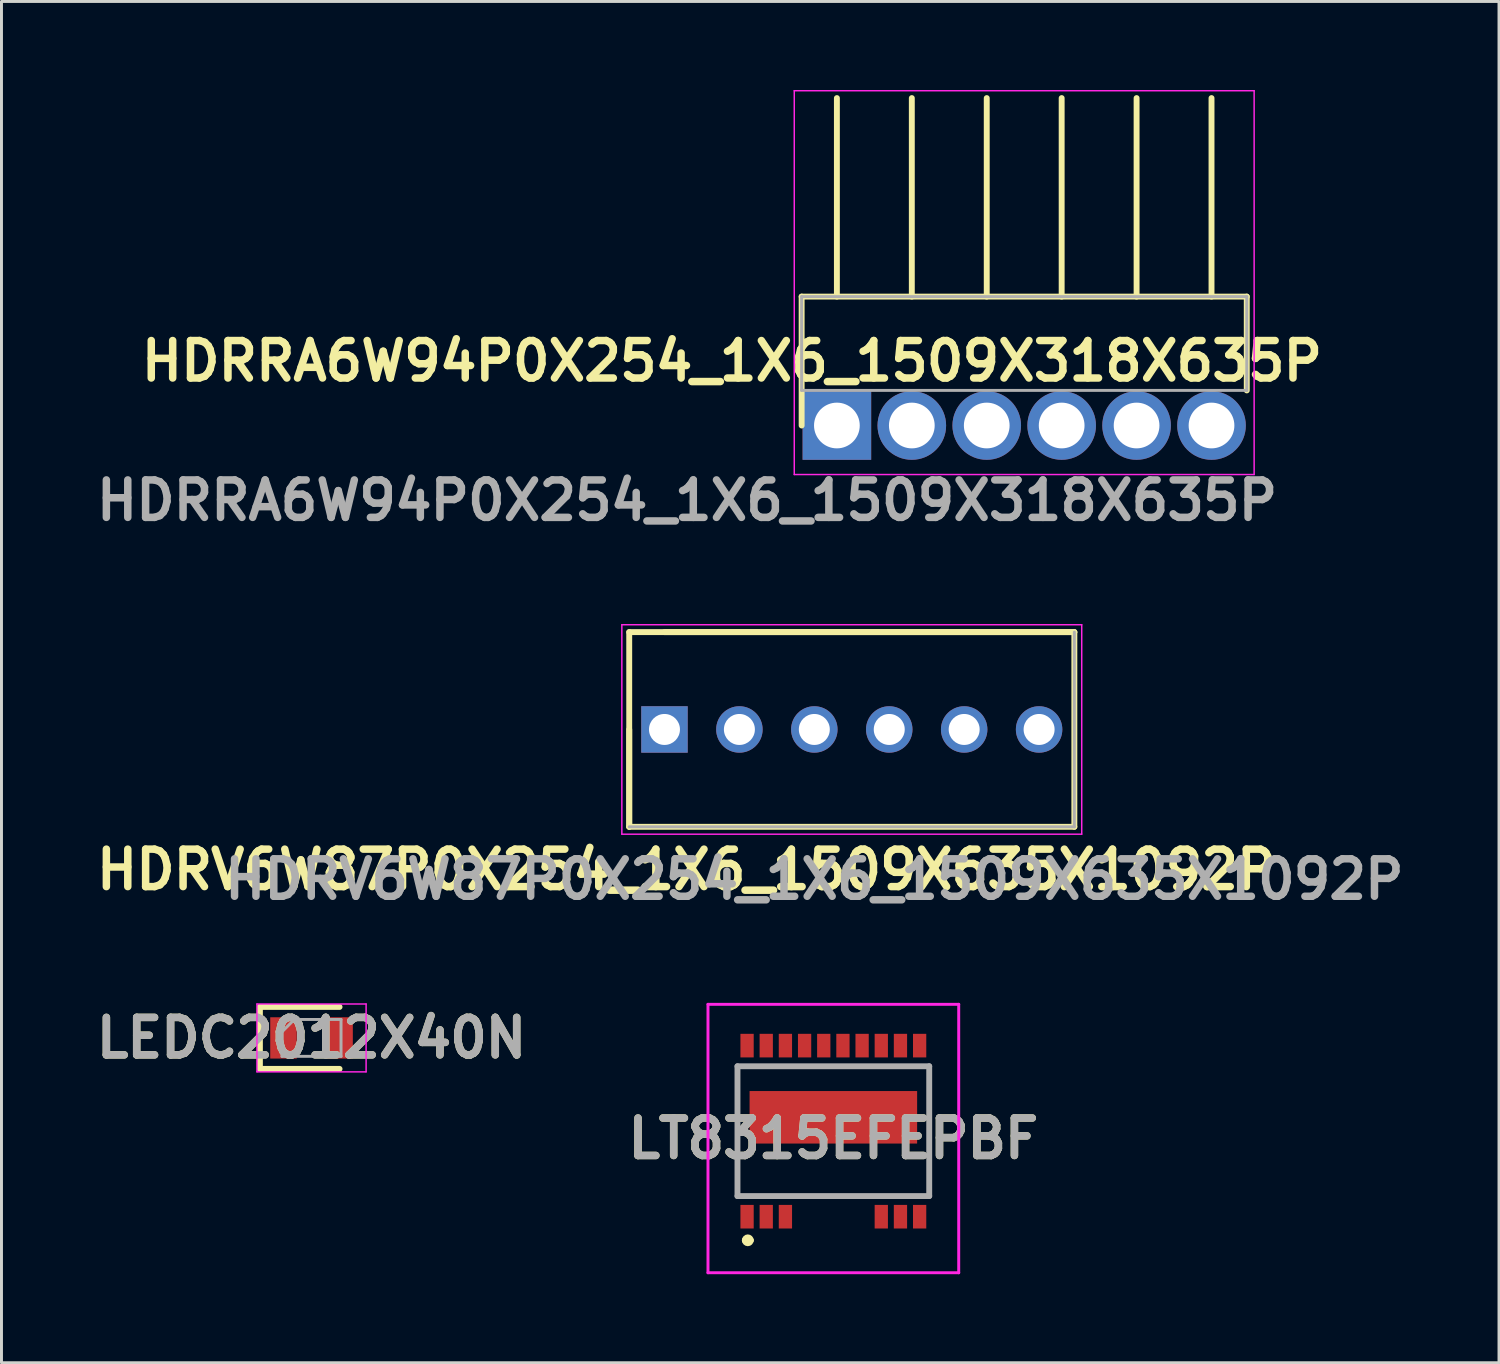
<source format=kicad_pcb>
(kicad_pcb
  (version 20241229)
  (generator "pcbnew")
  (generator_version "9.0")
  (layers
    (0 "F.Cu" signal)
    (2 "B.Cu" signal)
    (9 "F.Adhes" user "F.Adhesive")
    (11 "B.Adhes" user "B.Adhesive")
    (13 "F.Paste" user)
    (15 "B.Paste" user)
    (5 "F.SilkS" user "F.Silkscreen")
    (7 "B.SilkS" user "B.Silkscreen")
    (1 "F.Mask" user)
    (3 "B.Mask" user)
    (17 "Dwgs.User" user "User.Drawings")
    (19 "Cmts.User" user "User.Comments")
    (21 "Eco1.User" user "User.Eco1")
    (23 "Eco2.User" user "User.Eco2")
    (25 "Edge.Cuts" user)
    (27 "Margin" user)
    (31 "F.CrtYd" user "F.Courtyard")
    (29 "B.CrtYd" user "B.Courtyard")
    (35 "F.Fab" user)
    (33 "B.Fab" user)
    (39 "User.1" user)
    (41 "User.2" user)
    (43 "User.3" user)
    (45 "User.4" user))
  (footprint "HDRV6W87P0X254_1X6_1509X635X1092P"
    (layer "F.Cu")
    (at 19.476 21.679)
    (property "Reference" "HDRV6W87P0X254_1X6_1509X635X1092P" (at 0.735 4.753 0) (layer "F.SilkS") (effects (font (size 1.27 1.27) (thickness 0.254))))
    (attr through_hole)
    (fp_line (start -1.195 -3.3) (end 13.895 -3.3) (stroke (width 0.2) (type solid)) (layer "F.SilkS"))
    (fp_line (start -1.195 0) (end -1.195 3.3) (stroke (width 0.2) (type solid)) (layer "F.SilkS"))
    (fp_line (start -1.195 3.3) (end -1.195 -3.3) (stroke (width 0.2) (type solid)) (layer "F.SilkS"))
    (fp_line (start -1.195 3.3) (end 13.895 3.3) (stroke (width 0.2) (type solid)) (layer "F.SilkS"))
    (fp_line (start 13.895 -3.3) (end 0 -3.3) (stroke (width 0.2) (type solid)) (layer "F.SilkS"))
    (fp_line (start 13.895 3.3) (end 13.895 -3.3) (stroke (width 0.2) (type solid)) (layer "F.SilkS"))
    (fp_line (start -1.445 -3.55) (end 14.145 -3.55) (stroke (width 0.05) (type solid)) (layer "F.CrtYd"))
    (fp_line (start -1.445 3.55) (end -1.445 -3.55) (stroke (width 0.05) (type solid)) (layer "F.CrtYd"))
    (fp_line (start 14.145 -3.55) (end 14.145 3.55) (stroke (width 0.05) (type solid)) (layer "F.CrtYd"))
    (fp_line (start 14.145 3.55) (end -1.445 3.55) (stroke (width 0.05) (type solid)) (layer "F.CrtYd"))
    (fp_line (start 13.895 -3.3) (end 13.895 3.3) (stroke (width 0.1) (type solid)) (layer "F.Fab"))
    (fp_line (start 13.895 3.3) (end -1.195 3.3) (stroke (width 0.1) (type solid)) (layer "F.Fab"))
    (fp_text user "${REFERENCE}" (at 5.08 5.08 0) (layer "F.Fab") (effects (font (size 1.27 1.27) (thickness 0.254))))
    (pad "1" thru_hole rect (at 0 0) (size 1.575 1.575) (drill 1.05) (layers "*.Cu" "*.Mask"))
    (pad "2" thru_hole circle (at 2.54 0) (size 1.575 1.575) (drill 1.05) (layers "*.Cu" "*.Mask"))
    (pad "3" thru_hole circle (at 5.08 0) (size 1.575 1.575) (drill 1.05) (layers "*.Cu" "*.Mask"))
    (pad "4" thru_hole circle (at 7.62 0) (size 1.575 1.575) (drill 1.05) (layers "*.Cu" "*.Mask"))
    (pad "5" thru_hole circle (at 10.16 0) (size 1.575 1.575) (drill 1.05) (layers "*.Cu" "*.Mask"))
    (pad "6" thru_hole circle (at 12.7 0) (size 1.575 1.575) (drill 1.05) (layers "*.Cu" "*.Mask")))
  (footprint "LT8315EFEPBF"
    (layer "F.Cu")
    (at 25.201 35.747)
    (property "Reference" "LT8315EFEPBF" (at 0 -0.2 0) (layer "F.SilkS") (effects (font (size 1.27 1.27) (thickness 0.254))))
    (attr smd)
    (fp_line (start -3.25 -2.65) (end 3.25 -2.65) (stroke (width 0.1) (type solid)) (layer "F.SilkS"))
    (fp_line (start -3.25 1.75) (end -3.25 -2.65) (stroke (width 0.1) (type solid)) (layer "F.SilkS"))
    (fp_line (start -3 3.25) (end -3 3.25) (stroke (width 0.2) (type solid)) (layer "F.SilkS"))
    (fp_line (start -2.8 3.25) (end -2.8 3.25) (stroke (width 0.2) (type solid)) (layer "F.SilkS"))
    (fp_line (start 3.25 -2.65) (end 3.25 1.75) (stroke (width 0.1) (type solid)) (layer "F.SilkS"))
    (fp_line (start 3.25 1.75) (end -3.25 1.75) (stroke (width 0.1) (type solid)) (layer "F.SilkS"))
    (fp_arc (start -3 3.25) (mid -2.9 3.15) (end -2.8 3.25) (stroke (width 0.2) (type solid)) (layer "F.SilkS"))
    (fp_arc (start -2.8 3.25) (mid -2.9 3.35) (end -3 3.25) (stroke (width 0.2) (type solid)) (layer "F.SilkS"))
    (fp_line (start -4.25 -4.75) (end 4.25 -4.75) (stroke (width 0.1) (type solid)) (layer "F.CrtYd"))
    (fp_line (start -4.25 4.35) (end -4.25 -4.75) (stroke (width 0.1) (type solid)) (layer "F.CrtYd"))
    (fp_line (start 4.25 -4.75) (end 4.25 4.35) (stroke (width 0.1) (type solid)) (layer "F.CrtYd"))
    (fp_line (start 4.25 4.35) (end -4.25 4.35) (stroke (width 0.1) (type solid)) (layer "F.CrtYd"))
    (fp_line (start -3.25 -2.65) (end 3.25 -2.65) (stroke (width 0.2) (type solid)) (layer "F.Fab"))
    (fp_line (start -3.25 1.75) (end -3.25 -2.65) (stroke (width 0.2) (type solid)) (layer "F.Fab"))
    (fp_line (start 3.25 -2.65) (end 3.25 1.75) (stroke (width 0.2) (type solid)) (layer "F.Fab"))
    (fp_line (start 3.25 1.75) (end -3.25 1.75) (stroke (width 0.2) (type solid)) (layer "F.Fab"))
    (fp_text user "${REFERENCE}" (at 0 -0.2 0) (layer "F.Fab") (effects (font (size 1.27 1.27) (thickness 0.254))))
    (pad "1" smd rect (at -2.925 2.45) (size 0.45 0.8) (layers "F.Cu" "F.Mask" "F.Paste"))
    (pad "2" smd rect (at -2.275 2.45) (size 0.45 0.8) (layers "F.Cu" "F.Mask" "F.Paste"))
    (pad "3" smd rect (at -1.625 2.45) (size 0.45 0.8) (layers "F.Cu" "F.Mask" "F.Paste"))
    (pad "8" smd rect (at 1.625 2.45) (size 0.45 0.8) (layers "F.Cu" "F.Mask" "F.Paste"))
    (pad "9" smd rect (at 2.275 2.45) (size 0.45 0.8) (layers "F.Cu" "F.Mask" "F.Paste"))
    (pad "10" smd rect (at 2.925 2.45) (size 0.45 0.8) (layers "F.Cu" "F.Mask" "F.Paste"))
    (pad "11" smd rect (at 2.925 -3.35) (size 0.45 0.8) (layers "F.Cu" "F.Mask" "F.Paste"))
    (pad "12" smd rect (at 2.275 -3.35) (size 0.45 0.8) (layers "F.Cu" "F.Mask" "F.Paste"))
    (pad "13" smd rect (at 1.625 -3.35) (size 0.45 0.8) (layers "F.Cu" "F.Mask" "F.Paste"))
    (pad "14" smd rect (at 0.975 -3.35) (size 0.45 0.8) (layers "F.Cu" "F.Mask" "F.Paste"))
    (pad "15" smd rect (at 0.325 -3.35) (size 0.45 0.8) (layers "F.Cu" "F.Mask" "F.Paste"))
    (pad "16" smd rect (at -0.325 -3.35) (size 0.45 0.8) (layers "F.Cu" "F.Mask" "F.Paste"))
    (pad "17" smd rect (at -0.975 -3.35) (size 0.45 0.8) (layers "F.Cu" "F.Mask" "F.Paste"))
    (pad "18" smd rect (at -1.625 -3.35) (size 0.45 0.8) (layers "F.Cu" "F.Mask" "F.Paste"))
    (pad "19" smd rect (at -2.275 -3.35) (size 0.45 0.8) (layers "F.Cu" "F.Mask" "F.Paste"))
    (pad "20" smd rect (at -2.925 -3.35) (size 0.45 0.8) (layers "F.Cu" "F.Mask" "F.Paste"))
    (pad "21" smd rect (at 0 -0.92 90) (size 1.78 5.68) (layers "F.Cu" "F.Mask" "F.Paste")))
  (footprint "LEDC2012X40N"
    (layer "F.Cu")
    (at 7.511 32.136)
    (property "Reference" "LEDC2012X40N" (at 0 0 0) (layer "F.SilkS") (effects (font (size 1.27 1.27) (thickness 0.254))))
    (attr smd)
    (fp_line (start -1.75 -1.05) (end -1.75 1.05) (stroke (width 0.2) (type solid)) (layer "F.SilkS"))
    (fp_line (start -1.75 1.05) (end 0.95 1.05) (stroke (width 0.2) (type solid)) (layer "F.SilkS"))
    (fp_line (start 0.95 -1.05) (end -1.75 -1.05) (stroke (width 0.2) (type solid)) (layer "F.SilkS"))
    (fp_line (start -1.85 -1.15) (end 1.85 -1.15) (stroke (width 0.05) (type solid)) (layer "F.CrtYd"))
    (fp_line (start -1.85 1.15) (end -1.85 -1.15) (stroke (width 0.05) (type solid)) (layer "F.CrtYd"))
    (fp_line (start 1.85 -1.15) (end 1.85 1.15) (stroke (width 0.05) (type solid)) (layer "F.CrtYd"))
    (fp_line (start 1.85 1.15) (end -1.85 1.15) (stroke (width 0.05) (type solid)) (layer "F.CrtYd"))
    (fp_line (start -1 -0.625) (end 1 -0.625) (stroke (width 0.1) (type solid)) (layer "F.Fab"))
    (fp_line (start -1 -0.208) (end -0.583 -0.625) (stroke (width 0.1) (type solid)) (layer "F.Fab"))
    (fp_line (start -1 0.625) (end -1 -0.625) (stroke (width 0.1) (type solid)) (layer "F.Fab"))
    (fp_line (start 1 -0.625) (end 1 0.625) (stroke (width 0.1) (type solid)) (layer "F.Fab"))
    (fp_line (start 1 0.625) (end -1 0.625) (stroke (width 0.1) (type solid)) (layer "F.Fab"))
    (fp_text user "${REFERENCE}" (at 0 0 0) (layer "F.Fab") (effects (font (size 1.27 1.27) (thickness 0.254))))
    (pad "1" smd rect (at -0.95 0) (size 0.9 1.4) (layers "F.Cu" "F.Mask" "F.Paste"))
    (pad "2" smd rect (at 0.95 0) (size 0.9 1.4) (layers "F.Cu" "F.Mask" "F.Paste")))
  (footprint "HDRRA6W94P0X254_1X6_1509X318X635P"
    (layer "F.Cu")
    (at 25.321 11.375)
    (property "Reference" "HDRRA6W94P0X254_1X6_1509X318X635P" (at -3.558 -2.185 0) (layer "F.SilkS") (effects (font (size 1.27 1.27) (thickness 0.254))))
    (attr through_hole)
    (fp_line (start -1.195 -4.37) (end 13.895 -4.37) (stroke (width 0.2) (type solid)) (layer "F.SilkS"))
    (fp_line (start -1.195 0) (end -1.195 -4.37) (stroke (width 0.2) (type solid)) (layer "F.SilkS"))
    (fp_line (start 0 -4.37) (end 0 -11.1) (stroke (width 0.2) (type solid)) (layer "F.SilkS"))
    (fp_line (start 2.54 -4.37) (end 2.54 -11.1) (stroke (width 0.2) (type solid)) (layer "F.SilkS"))
    (fp_line (start 5.08 -4.37) (end 5.08 -11.1) (stroke (width 0.2) (type solid)) (layer "F.SilkS"))
    (fp_line (start 7.62 -4.37) (end 7.62 -11.1) (stroke (width 0.2) (type solid)) (layer "F.SilkS"))
    (fp_line (start 10.16 -4.37) (end 10.16 -11.1) (stroke (width 0.2) (type solid)) (layer "F.SilkS"))
    (fp_line (start 12.7 -4.37) (end 12.7 -11.1) (stroke (width 0.2) (type solid)) (layer "F.SilkS"))
    (fp_line (start 13.895 -4.37) (end 13.895 -1.19) (stroke (width 0.2) (type solid)) (layer "F.SilkS"))
    (fp_line (start -1.445 -11.35) (end -1.445 1.662) (stroke (width 0.05) (type solid)) (layer "F.CrtYd"))
    (fp_line (start -1.445 1.662) (end 14.145 1.662) (stroke (width 0.05) (type solid)) (layer "F.CrtYd"))
    (fp_line (start 14.145 -11.35) (end -1.445 -11.35) (stroke (width 0.05) (type solid)) (layer "F.CrtYd"))
    (fp_line (start 14.145 1.662) (end 14.145 -11.35) (stroke (width 0.05) (type solid)) (layer "F.CrtYd"))
    (fp_line (start -1.195 -4.37) (end 13.895 -4.37) (stroke (width 0.1) (type solid)) (layer "F.Fab"))
    (fp_line (start -1.195 -1.19) (end -1.195 -4.37) (stroke (width 0.1) (type solid)) (layer "F.Fab"))
    (fp_line (start 13.895 -4.37) (end 13.895 -1.19) (stroke (width 0.1) (type solid)) (layer "F.Fab"))
    (fp_line (start 13.895 -1.19) (end -1.195 -1.19) (stroke (width 0.1) (type solid)) (layer "F.Fab"))
    (fp_text user "${REFERENCE}" (at -5.08 2.54 0) (layer "F.Fab") (effects (font (size 1.27 1.27) (thickness 0.254))))
    (pad "1" thru_hole rect (at 0 0) (size 2.325 2.325) (drill 1.55) (layers "*.Cu" "*.Mask"))
    (pad "2" thru_hole circle (at 2.54 0) (size 2.325 2.325) (drill 1.55) (layers "*.Cu" "*.Mask"))
    (pad "3" thru_hole circle (at 5.08 0) (size 2.325 2.325) (drill 1.55) (layers "*.Cu" "*.Mask"))
    (pad "4" thru_hole circle (at 7.62 0) (size 2.325 2.325) (drill 1.55) (layers "*.Cu" "*.Mask"))
    (pad "5" thru_hole circle (at 10.16 0) (size 2.325 2.325) (drill 1.55) (layers "*.Cu" "*.Mask"))
    (pad "6" thru_hole circle (at 12.7 0) (size 2.325 2.325) (drill 1.55) (layers "*.Cu" "*.Mask")))
  (gr_rect
    (start -3 -3)
    (end 47.767 43.147)
    (stroke (width 0.1) (type default))
    (fill no)
    (layer "Edge.Cuts")))
</source>
